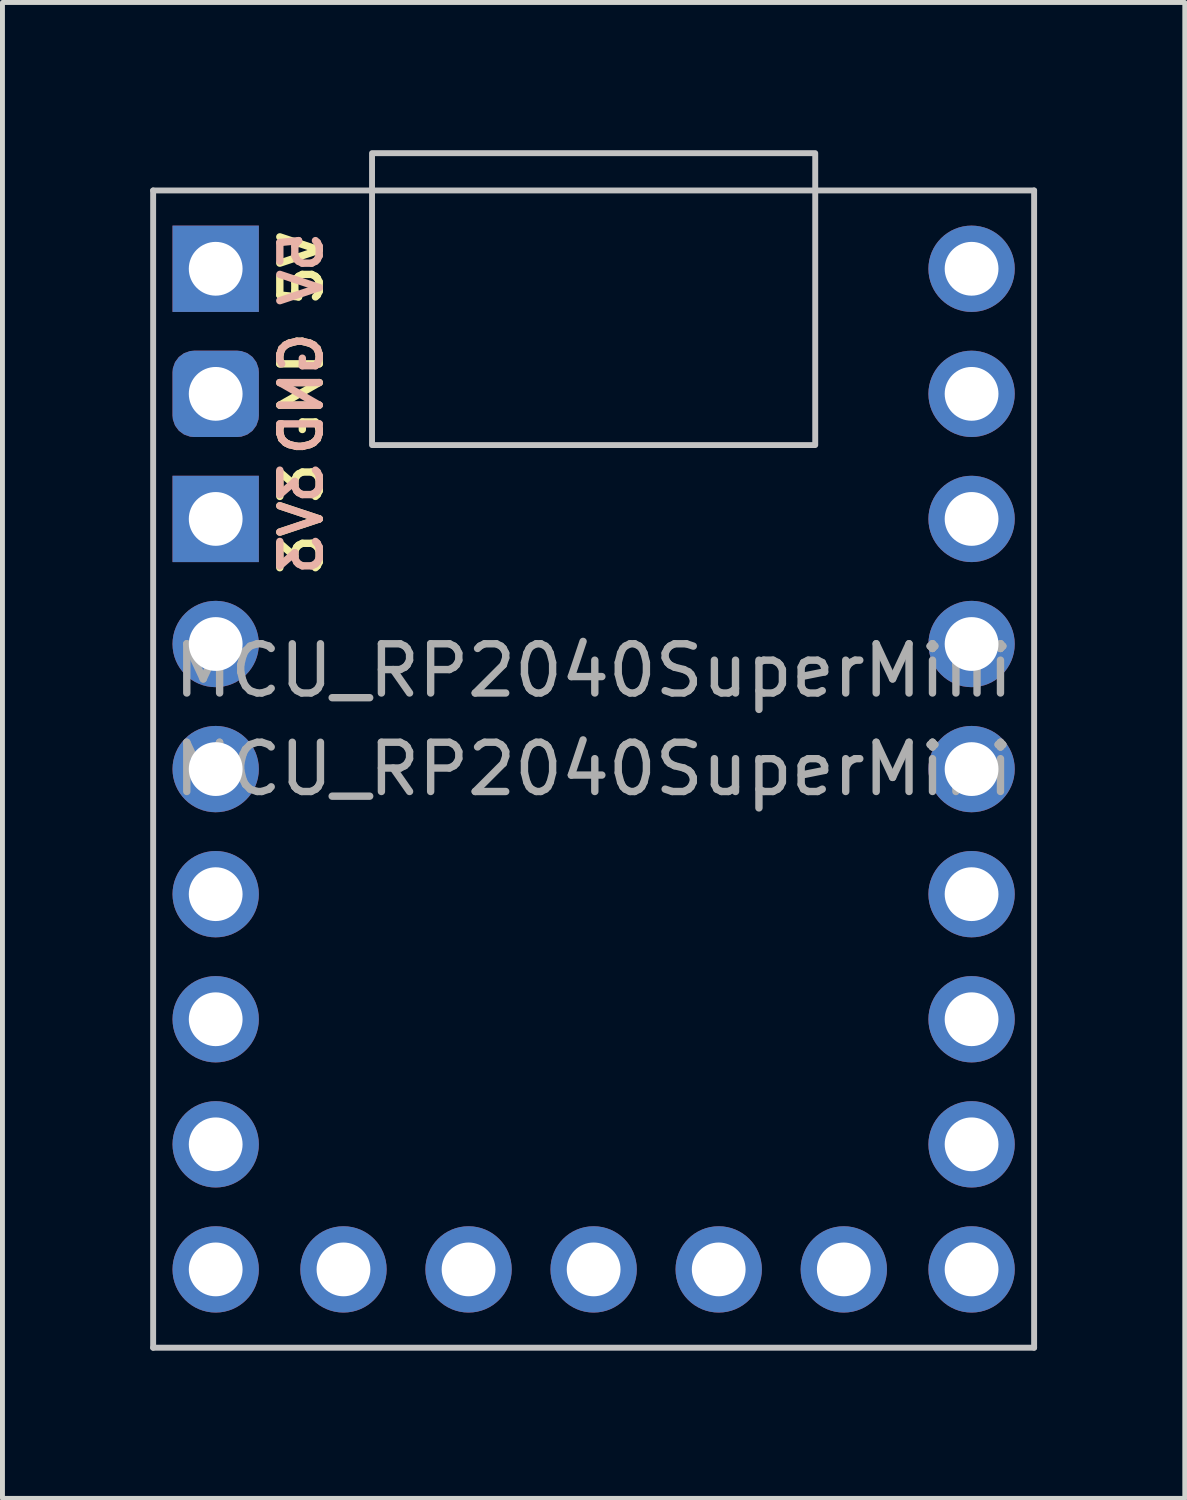
<source format=kicad_pcb>
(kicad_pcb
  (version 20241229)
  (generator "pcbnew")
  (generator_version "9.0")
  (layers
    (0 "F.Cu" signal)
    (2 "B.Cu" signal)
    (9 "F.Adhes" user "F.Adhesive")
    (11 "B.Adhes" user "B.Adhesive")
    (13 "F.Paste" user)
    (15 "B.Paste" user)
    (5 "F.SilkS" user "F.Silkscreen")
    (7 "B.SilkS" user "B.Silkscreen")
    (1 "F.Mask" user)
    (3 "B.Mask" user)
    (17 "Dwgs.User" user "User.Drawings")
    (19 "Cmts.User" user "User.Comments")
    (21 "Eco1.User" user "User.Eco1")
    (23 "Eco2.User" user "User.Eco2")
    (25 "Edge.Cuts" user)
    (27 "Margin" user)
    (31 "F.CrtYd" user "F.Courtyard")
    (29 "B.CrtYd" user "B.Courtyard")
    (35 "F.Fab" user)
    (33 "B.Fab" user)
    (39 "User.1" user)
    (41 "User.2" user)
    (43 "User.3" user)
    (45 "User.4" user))
  (footprint "MCU_RP2040SuperMini"
    (layer "F.Cu")
    (at 9.005 12.568)
    (property "Reference" "MCU_RP2040SuperMini" (at 0 -2 0) (layer "F.Fab") (effects (font (size 1 1) (thickness 0.15))))
    (fp_line (start -8.945 -11.75) (end -8.945 11.75) (stroke (width 0.12) (type default)) (layer "Dwgs.User"))
    (fp_line (start -8.945 -11.75) (end 8.945 -11.75) (stroke (width 0.12) (type default)) (layer "Dwgs.User"))
    (fp_line (start 8.945 -11.75) (end 8.945 11.75) (stroke (width 0.12) (type default)) (layer "Dwgs.User"))
    (fp_line (start 8.945 11.75) (end -8.945 11.75) (stroke (width 0.12) (type default)) (layer "Dwgs.User"))
    (fp_rect (start -4.5 -6.58) (end 4.5 -12.508) (stroke (width 0.12) (type default)) (fill no) (layer "Dwgs.User"))
    (fp_text user "3V3" (at -5.935 -5.08 90) (layer "F.SilkS") (effects (font (size 0.8 0.8) (thickness 0.15))))
    (fp_text user "GND" (at -5.935 -7.62 90) (layer "F.SilkS") (effects (font (size 0.8 0.8) (thickness 0.15))))
    (fp_text user "5V" (at -5.935 -10.16 90) (layer "F.SilkS") (effects (font (size 0.8 0.8) (thickness 0.15))))
    (fp_text user "GND" (at -5.935 -7.62 270) (layer "B.SilkS") (effects (font (size 0.8 0.8) (thickness 0.15)) (justify mirror)))
    (fp_text user "5V" (at -5.935 -10.16 270) (layer "B.SilkS") (effects (font (size 0.8 0.8) (thickness 0.15)) (justify mirror)))
    (fp_text user "3V3" (at -5.935 -5.08 270) (layer "B.SilkS") (effects (font (size 0.8 0.8) (thickness 0.15)) (justify mirror)))
    (fp_text user "${REFERENCE}" (at 0 0 0) (unlocked yes) (layer "F.Fab") (effects (font (size 1 1) (thickness 0.15))))
    (pad "1" thru_hole rect (at -7.675 -10.16) (size 1.753 1.753) (drill 1.092) (layers "*.Cu" "*.Mask"))
    (pad "2" thru_hole roundrect (at -7.675 -7.62) (size 1.753 1.753) (drill 1.092) (layers "*.Cu" "*.Mask") (roundrect_rratio 0.25))
    (pad "3" thru_hole rect (at -7.675 -5.08) (size 1.753 1.753) (drill 1.092) (layers "*.Cu" "*.Mask"))
    (pad "4" thru_hole circle (at -7.675 -2.54) (size 1.753 1.753) (drill 1.092) (layers "*.Cu" "*.Mask"))
    (pad "5" thru_hole circle (at -7.675 0) (size 1.753 1.753) (drill 1.092) (layers "*.Cu" "*.Mask"))
    (pad "6" thru_hole circle (at -7.675 2.54) (size 1.753 1.753) (drill 1.092) (layers "*.Cu" "*.Mask"))
    (pad "7" thru_hole circle (at -7.675 5.08) (size 1.753 1.753) (drill 1.092) (layers "*.Cu" "*.Mask"))
    (pad "8" thru_hole circle (at -7.675 7.62) (size 1.753 1.753) (drill 1.092) (layers "*.Cu" "*.Mask"))
    (pad "9" thru_hole circle (at -7.675 10.16) (size 1.753 1.753) (drill 1.092) (layers "*.Cu" "*.Mask"))
    (pad "10" thru_hole circle (at 7.675 -10.16) (size 1.753 1.753) (drill 1.092) (layers "*.Cu" "*.Mask"))
    (pad "11" thru_hole circle (at 7.675 -7.62) (size 1.753 1.753) (drill 1.092) (layers "*.Cu" "*.Mask"))
    (pad "12" thru_hole circle (at 7.675 -5.08) (size 1.753 1.753) (drill 1.092) (layers "*.Cu" "*.Mask"))
    (pad "13" thru_hole circle (at 7.675 -2.54) (size 1.753 1.753) (drill 1.092) (layers "*.Cu" "*.Mask"))
    (pad "14" thru_hole circle (at 7.675 0) (size 1.753 1.753) (drill 1.092) (layers "*.Cu" "*.Mask"))
    (pad "15" thru_hole circle (at 7.675 2.54) (size 1.753 1.753) (drill 1.092) (layers "*.Cu" "*.Mask"))
    (pad "16" thru_hole circle (at 7.675 5.08) (size 1.753 1.753) (drill 1.092) (layers "*.Cu" "*.Mask"))
    (pad "17" thru_hole circle (at 7.675 7.62) (size 1.753 1.753) (drill 1.092) (layers "*.Cu" "*.Mask"))
    (pad "18" thru_hole circle (at 7.675 10.16) (size 1.753 1.753) (drill 1.092) (layers "*.Cu" "*.Mask"))
    (pad "19" thru_hole circle (at 5.08 10.16) (size 1.753 1.753) (drill 1.092) (layers "*.Cu" "*.Mask"))
    (pad "20" thru_hole circle (at 2.54 10.16) (size 1.753 1.753) (drill 1.092) (layers "*.Cu" "*.Mask"))
    (pad "21" thru_hole circle (at 0 10.16) (size 1.753 1.753) (drill 1.092) (layers "*.Cu" "*.Mask"))
    (pad "22" thru_hole circle (at -2.54 10.16) (size 1.753 1.753) (drill 1.092) (layers "*.Cu" "*.Mask"))
    (pad "23" thru_hole circle (at -5.08 10.16) (size 1.753 1.753) (drill 1.092) (layers "*.Cu" "*.Mask")))
  (gr_rect
    (start -3 -3)
    (end 21.01 27.378)
    (stroke (width 0.1) (type default))
    (fill no)
    (layer "Edge.Cuts")))
</source>
